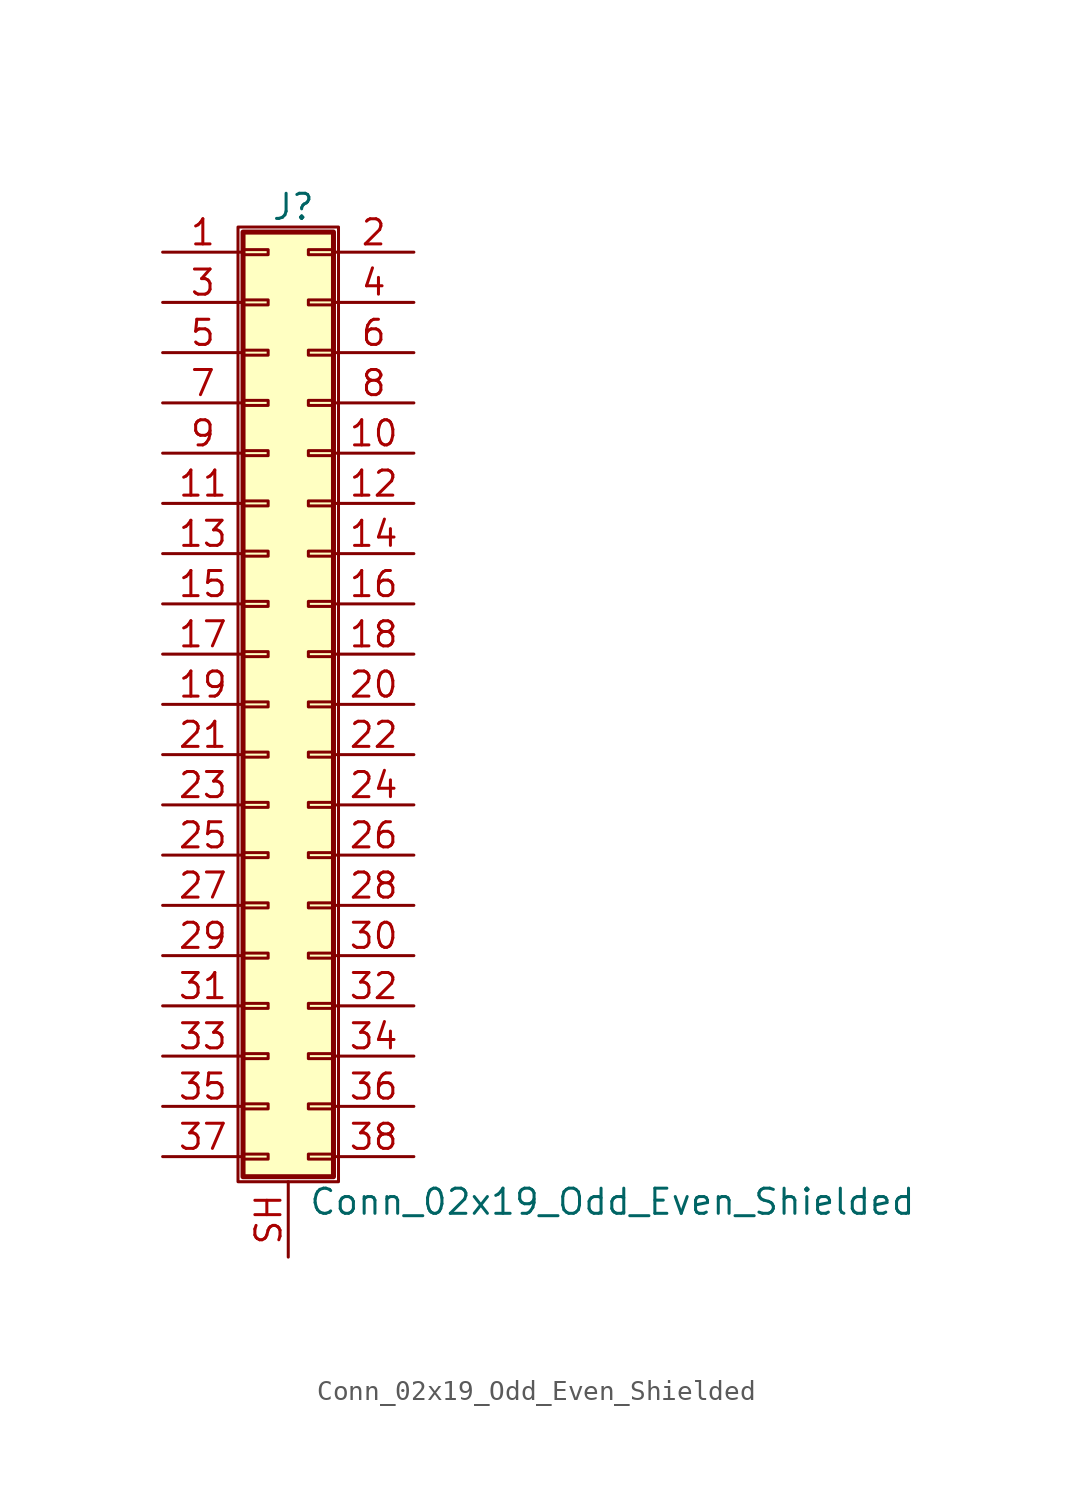
<source format=kicad_sym>
(kicad_symbol_lib
  (version 20220914)
  (generator kicad_symbol_editor)
  (symbol "Conn_02x19_Odd_Even_Shielded"
    (pin_names
      (offset 1.016) hide)
    (property "Reference" "J"
      (at 1.524 25.146 0)
      (effects (font (size 1.27 1.27))))
    (property "Value" "Conn_02x19_Odd_Even_Shielded"
      (at 2.286 -25.146 0)
      (effects (font (size 1.27 1.27)) (justify left)))
    (symbol "Conn_02x19_Odd_Even_Shielded_1_1"
      (rectangle (start -1.27 24.13) (end 3.81 -24.13) (stroke (width 0.152) (type default)) (fill (type none)))
      (rectangle (start -1.016 -22.733) (end 0.254 -22.987) (stroke (width 0.152) (type default)) (fill (type none)))
      (rectangle (start -1.016 -20.193) (end 0.254 -20.447) (stroke (width 0.152) (type default)) (fill (type none)))
      (rectangle (start -1.016 -17.653) (end 0.254 -17.907) (stroke (width 0.152) (type default)) (fill (type none)))
      (rectangle (start -1.016 -15.113) (end 0.254 -15.367) (stroke (width 0.152) (type default)) (fill (type none)))
      (rectangle (start -1.016 -12.573) (end 0.254 -12.827) (stroke (width 0.152) (type default)) (fill (type none)))
      (rectangle (start -1.016 -10.033) (end 0.254 -10.287) (stroke (width 0.152) (type default)) (fill (type none)))
      (rectangle (start -1.016 -7.493) (end 0.254 -7.747) (stroke (width 0.152) (type default)) (fill (type none)))
      (rectangle (start -1.016 -4.953) (end 0.254 -5.207) (stroke (width 0.152) (type default)) (fill (type none)))
      (rectangle (start -1.016 -2.413) (end 0.254 -2.667) (stroke (width 0.152) (type default)) (fill (type none)))
      (rectangle (start -1.016 0.127) (end 0.254 -0.127) (stroke (width 0.152) (type default)) (fill (type none)))
      (rectangle (start -1.016 2.667) (end 0.254 2.413) (stroke (width 0.152) (type default)) (fill (type none)))
      (rectangle (start -1.016 5.207) (end 0.254 4.953) (stroke (width 0.152) (type default)) (fill (type none)))
      (rectangle (start -1.016 7.747) (end 0.254 7.493) (stroke (width 0.152) (type default)) (fill (type none)))
      (rectangle (start -1.016 10.287) (end 0.254 10.033) (stroke (width 0.152) (type default)) (fill (type none)))
      (rectangle (start -1.016 12.827) (end 0.254 12.573) (stroke (width 0.152) (type default)) (fill (type none)))
      (rectangle (start -1.016 15.367) (end 0.254 15.113) (stroke (width 0.152) (type default)) (fill (type none)))
      (rectangle (start -1.016 17.907) (end 0.254 17.653) (stroke (width 0.152) (type default)) (fill (type none)))
      (rectangle (start -1.016 20.447) (end 0.254 20.193) (stroke (width 0.152) (type default)) (fill (type none)))
      (rectangle (start -1.016 22.987) (end 0.254 22.733) (stroke (width 0.152) (type default)) (fill (type none)))
      (rectangle (start -1.016 23.876) (end 3.556 -23.876) (stroke (width 0.254) (type default)) (fill (type background)))
      (rectangle (start 3.556 -22.733) (end 2.286 -22.987) (stroke (width 0.152) (type default)) (fill (type none)))
      (rectangle (start 3.556 -20.193) (end 2.286 -20.447) (stroke (width 0.152) (type default)) (fill (type none)))
      (rectangle (start 3.556 -17.653) (end 2.286 -17.907) (stroke (width 0.152) (type default)) (fill (type none)))
      (rectangle (start 3.556 -15.113) (end 2.286 -15.367) (stroke (width 0.152) (type default)) (fill (type none)))
      (rectangle (start 3.556 -12.573) (end 2.286 -12.827) (stroke (width 0.152) (type default)) (fill (type none)))
      (rectangle (start 3.556 -10.033) (end 2.286 -10.287) (stroke (width 0.152) (type default)) (fill (type none)))
      (rectangle (start 3.556 -7.493) (end 2.286 -7.747) (stroke (width 0.152) (type default)) (fill (type none)))
      (rectangle (start 3.556 -4.953) (end 2.286 -5.207) (stroke (width 0.152) (type default)) (fill (type none)))
      (rectangle (start 3.556 -2.413) (end 2.286 -2.667) (stroke (width 0.152) (type default)) (fill (type none)))
      (rectangle (start 3.556 0.127) (end 2.286 -0.127) (stroke (width 0.152) (type default)) (fill (type none)))
      (rectangle (start 3.556 2.667) (end 2.286 2.413) (stroke (width 0.152) (type default)) (fill (type none)))
      (rectangle (start 3.556 5.207) (end 2.286 4.953) (stroke (width 0.152) (type default)) (fill (type none)))
      (rectangle (start 3.556 7.747) (end 2.286 7.493) (stroke (width 0.152) (type default)) (fill (type none)))
      (rectangle (start 3.556 10.287) (end 2.286 10.033) (stroke (width 0.152) (type default)) (fill (type none)))
      (rectangle (start 3.556 12.827) (end 2.286 12.573) (stroke (width 0.152) (type default)) (fill (type none)))
      (rectangle (start 3.556 15.367) (end 2.286 15.113) (stroke (width 0.152) (type default)) (fill (type none)))
      (rectangle (start 3.556 17.907) (end 2.286 17.653) (stroke (width 0.152) (type default)) (fill (type none)))
      (rectangle (start 3.556 20.447) (end 2.286 20.193) (stroke (width 0.152) (type default)) (fill (type none)))
      (rectangle (start 3.556 22.987) (end 2.286 22.733) (stroke (width 0.152) (type default)) (fill (type none)))
      (pin passive line (at -5.08 22.86 0) (length 4.064) (name "Pin_1" (effects (font (size 1.27 1.27)))) (number "1" (effects (font (size 1.27 1.27)))))
      (pin passive line (at 7.62 12.7 180) (length 4.064) (name "Pin_10" (effects (font (size 1.27 1.27)))) (number "10" (effects (font (size 1.27 1.27)))))
      (pin passive line (at -5.08 10.16 0) (length 4.064) (name "Pin_11" (effects (font (size 1.27 1.27)))) (number "11" (effects (font (size 1.27 1.27)))))
      (pin passive line (at 7.62 10.16 180) (length 4.064) (name "Pin_12" (effects (font (size 1.27 1.27)))) (number "12" (effects (font (size 1.27 1.27)))))
      (pin passive line (at -5.08 7.62 0) (length 4.064) (name "Pin_13" (effects (font (size 1.27 1.27)))) (number "13" (effects (font (size 1.27 1.27)))))
      (pin passive line (at 7.62 7.62 180) (length 4.064) (name "Pin_14" (effects (font (size 1.27 1.27)))) (number "14" (effects (font (size 1.27 1.27)))))
      (pin passive line (at -5.08 5.08 0) (length 4.064) (name "Pin_15" (effects (font (size 1.27 1.27)))) (number "15" (effects (font (size 1.27 1.27)))))
      (pin passive line (at 7.62 5.08 180) (length 4.064) (name "Pin_16" (effects (font (size 1.27 1.27)))) (number "16" (effects (font (size 1.27 1.27)))))
      (pin passive line (at -5.08 2.54 0) (length 4.064) (name "Pin_17" (effects (font (size 1.27 1.27)))) (number "17" (effects (font (size 1.27 1.27)))))
      (pin passive line (at 7.62 2.54 180) (length 4.064) (name "Pin_18" (effects (font (size 1.27 1.27)))) (number "18" (effects (font (size 1.27 1.27)))))
      (pin passive line (at -5.08 0 0) (length 4.064) (name "Pin_19" (effects (font (size 1.27 1.27)))) (number "19" (effects (font (size 1.27 1.27)))))
      (pin passive line (at 7.62 22.86 180) (length 4.064) (name "Pin_2" (effects (font (size 1.27 1.27)))) (number "2" (effects (font (size 1.27 1.27)))))
      (pin passive line (at 7.62 0 180) (length 4.064) (name "Pin_20" (effects (font (size 1.27 1.27)))) (number "20" (effects (font (size 1.27 1.27)))))
      (pin passive line (at -5.08 -2.54 0) (length 4.064) (name "Pin_21" (effects (font (size 1.27 1.27)))) (number "21" (effects (font (size 1.27 1.27)))))
      (pin passive line (at 7.62 -2.54 180) (length 4.064) (name "Pin_22" (effects (font (size 1.27 1.27)))) (number "22" (effects (font (size 1.27 1.27)))))
      (pin passive line (at -5.08 -5.08 0) (length 4.064) (name "Pin_23" (effects (font (size 1.27 1.27)))) (number "23" (effects (font (size 1.27 1.27)))))
      (pin passive line (at 7.62 -5.08 180) (length 4.064) (name "Pin_24" (effects (font (size 1.27 1.27)))) (number "24" (effects (font (size 1.27 1.27)))))
      (pin passive line (at -5.08 -7.62 0) (length 4.064) (name "Pin_25" (effects (font (size 1.27 1.27)))) (number "25" (effects (font (size 1.27 1.27)))))
      (pin passive line (at 7.62 -7.62 180) (length 4.064) (name "Pin_26" (effects (font (size 1.27 1.27)))) (number "26" (effects (font (size 1.27 1.27)))))
      (pin passive line (at -5.08 -10.16 0) (length 4.064) (name "Pin_27" (effects (font (size 1.27 1.27)))) (number "27" (effects (font (size 1.27 1.27)))))
      (pin passive line (at 7.62 -10.16 180) (length 4.064) (name "Pin_28" (effects (font (size 1.27 1.27)))) (number "28" (effects (font (size 1.27 1.27)))))
      (pin passive line (at -5.08 -12.7 0) (length 4.064) (name "Pin_29" (effects (font (size 1.27 1.27)))) (number "29" (effects (font (size 1.27 1.27)))))
      (pin passive line (at -5.08 20.32 0) (length 4.064) (name "Pin_3" (effects (font (size 1.27 1.27)))) (number "3" (effects (font (size 1.27 1.27)))))
      (pin passive line (at 7.62 -12.7 180) (length 4.064) (name "Pin_30" (effects (font (size 1.27 1.27)))) (number "30" (effects (font (size 1.27 1.27)))))
      (pin passive line (at -5.08 -15.24 0) (length 4.064) (name "Pin_31" (effects (font (size 1.27 1.27)))) (number "31" (effects (font (size 1.27 1.27)))))
      (pin passive line (at 7.62 -15.24 180) (length 4.064) (name "Pin_32" (effects (font (size 1.27 1.27)))) (number "32" (effects (font (size 1.27 1.27)))))
      (pin passive line (at -5.08 -17.78 0) (length 4.064) (name "Pin_33" (effects (font (size 1.27 1.27)))) (number "33" (effects (font (size 1.27 1.27)))))
      (pin passive line (at 7.62 -17.78 180) (length 4.064) (name "Pin_34" (effects (font (size 1.27 1.27)))) (number "34" (effects (font (size 1.27 1.27)))))
      (pin passive line (at -5.08 -20.32 0) (length 4.064) (name "Pin_35" (effects (font (size 1.27 1.27)))) (number "35" (effects (font (size 1.27 1.27)))))
      (pin passive line (at 7.62 -20.32 180) (length 4.064) (name "Pin_36" (effects (font (size 1.27 1.27)))) (number "36" (effects (font (size 1.27 1.27)))))
      (pin passive line (at -5.08 -22.86 0) (length 4.064) (name "Pin_37" (effects (font (size 1.27 1.27)))) (number "37" (effects (font (size 1.27 1.27)))))
      (pin passive line (at 7.62 -22.86 180) (length 4.064) (name "Pin_38" (effects (font (size 1.27 1.27)))) (number "38" (effects (font (size 1.27 1.27)))))
      (pin passive line (at 7.62 20.32 180) (length 4.064) (name "Pin_4" (effects (font (size 1.27 1.27)))) (number "4" (effects (font (size 1.27 1.27)))))
      (pin passive line (at -5.08 17.78 0) (length 4.064) (name "Pin_5" (effects (font (size 1.27 1.27)))) (number "5" (effects (font (size 1.27 1.27)))))
      (pin passive line (at 7.62 17.78 180) (length 4.064) (name "Pin_6" (effects (font (size 1.27 1.27)))) (number "6" (effects (font (size 1.27 1.27)))))
      (pin passive line (at -5.08 15.24 0) (length 4.064) (name "Pin_7" (effects (font (size 1.27 1.27)))) (number "7" (effects (font (size 1.27 1.27)))))
      (pin passive line (at 7.62 15.24 180) (length 4.064) (name "Pin_8" (effects (font (size 1.27 1.27)))) (number "8" (effects (font (size 1.27 1.27)))))
      (pin passive line (at -5.08 12.7 0) (length 4.064) (name "Pin_9" (effects (font (size 1.27 1.27)))) (number "9" (effects (font (size 1.27 1.27)))))
      (pin passive line (at 1.27 -27.94 90) (length 3.81) (name "Shield" (effects (font (size 1.27 1.27)))) (number "SH" (effects (font (size 1.27 1.27))))))))
</source>
